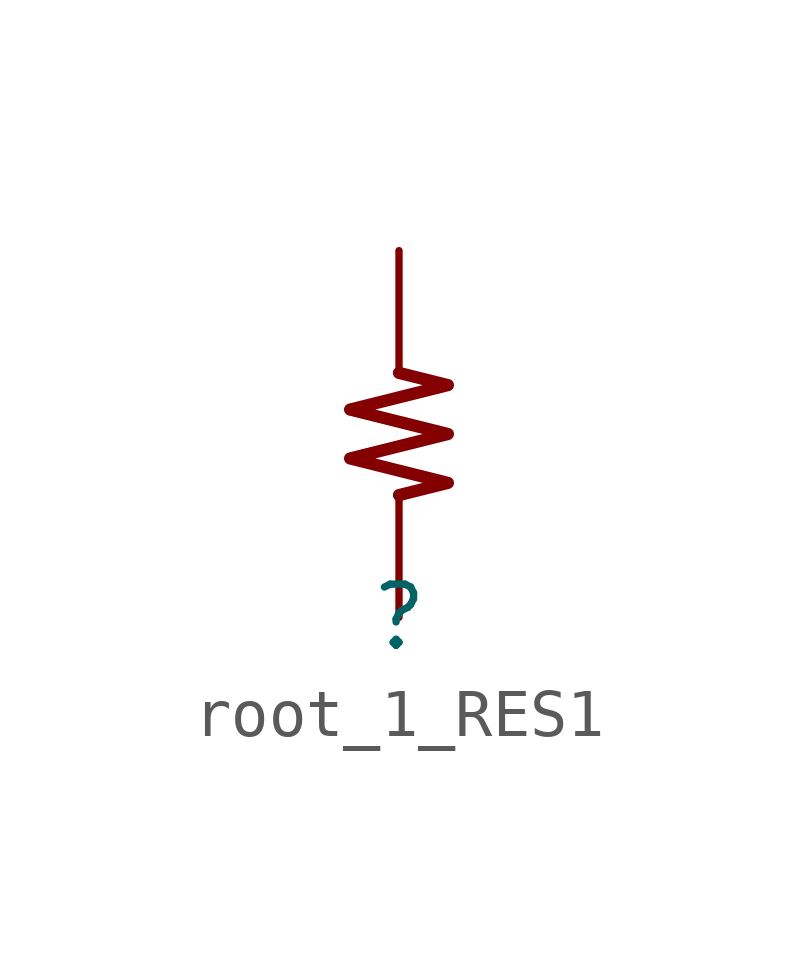
<source format=kicad_sym>
(kicad_symbol_lib
  (version 20231120)
  (generator "kicad_symbol_editor")
  (generator_version "8.0")
  (symbol "root_1_RES1"
    (property "Reference" ""
      (at 0 0 0)
      (effects (font (size 1.27 1.27))))
    (property "Value" ""
      (at 0 0 0)
      (effects (font (size 1.27 1.27))))
    (symbol "root_1_RES1_1_0"
      (polyline (pts (xy 0 2.54) (xy 1.016 2.794) (xy -1.016 3.302) (xy 1.016 3.81) (xy -1.016 4.318) (xy 1.016 4.826) (xy 0 5.08)) (stroke (width 0.254) (type solid)) (fill (type none)))
      (pin passive line (at 0 0 90) (length 2.54) (name "1" (effects (font (size 0 0)))) (number "1" (effects (font (size 0 0)))))
      (pin passive line (at 0 7.62 270) (length 2.54) (name "2" (effects (font (size 0 0)))) (number "2" (effects (font (size 0 0))))))))
</source>
